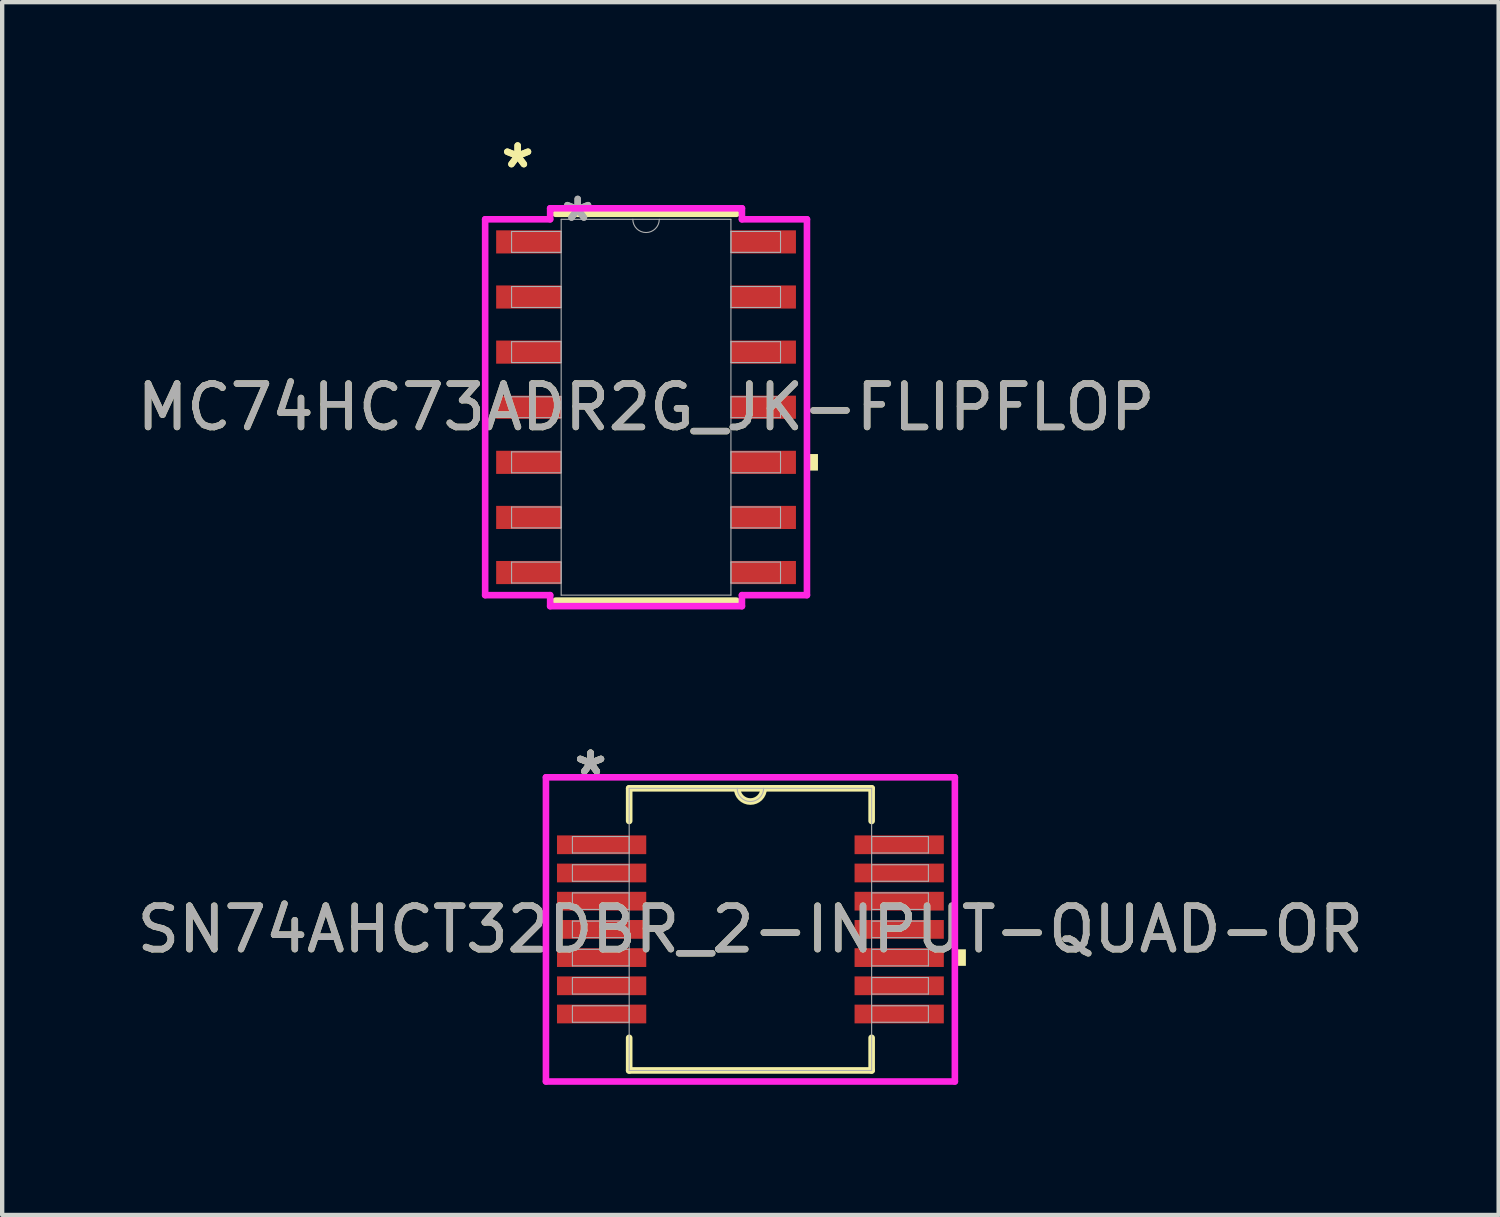
<source format=kicad_pcb>
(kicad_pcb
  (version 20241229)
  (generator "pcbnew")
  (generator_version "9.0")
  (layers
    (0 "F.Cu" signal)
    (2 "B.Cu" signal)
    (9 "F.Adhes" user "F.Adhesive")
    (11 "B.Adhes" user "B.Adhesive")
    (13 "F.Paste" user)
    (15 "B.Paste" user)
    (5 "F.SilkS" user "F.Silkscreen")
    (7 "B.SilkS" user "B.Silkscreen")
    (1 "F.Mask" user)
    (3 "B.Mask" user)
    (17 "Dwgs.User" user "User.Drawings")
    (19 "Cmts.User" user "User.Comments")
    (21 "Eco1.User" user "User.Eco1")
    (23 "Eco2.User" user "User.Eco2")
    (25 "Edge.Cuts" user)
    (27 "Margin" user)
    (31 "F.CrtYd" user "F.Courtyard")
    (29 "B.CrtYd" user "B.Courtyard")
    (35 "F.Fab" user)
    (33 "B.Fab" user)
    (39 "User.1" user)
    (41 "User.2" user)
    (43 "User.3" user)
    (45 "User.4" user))
  (footprint "SN74AHCT32DBR_2-INPUT-QUAD-OR"
    (layer "F.Cu")
    (at 14.244 18.369)
    (property "Reference" "SN74AHCT32DBR_2-INPUT-QUAD-OR" (at 0 0 0) (unlocked yes) (layer "F.SilkS") (effects (font (size 1 1) (thickness 0.15))))
    (attr smd)
    (fp_line (start -2.794 -3.251) (end -2.794 -2.499) (stroke (width 0.152) (type solid)) (layer "F.SilkS"))
    (fp_line (start -2.794 2.499) (end -2.794 3.251) (stroke (width 0.152) (type solid)) (layer "F.SilkS"))
    (fp_line (start -2.794 3.251) (end 2.794 3.251) (stroke (width 0.152) (type solid)) (layer "F.SilkS"))
    (fp_line (start 2.794 -3.251) (end -2.794 -3.251) (stroke (width 0.152) (type solid)) (layer "F.SilkS"))
    (fp_line (start 2.794 -2.499) (end 2.794 -3.251) (stroke (width 0.152) (type solid)) (layer "F.SilkS"))
    (fp_line (start 2.794 3.251) (end 2.794 2.499) (stroke (width 0.152) (type solid)) (layer "F.SilkS"))
    (fp_arc (start 0.3048 -3.2512) (mid 0 -2.9464) (end -0.3048 -3.2512) (stroke (width 0.1524) (type solid)) (layer "F.SilkS"))
    (fp_poly (pts (xy 4.966 0.459) (xy 4.966 0.84) (xy 4.712 0.84) (xy 4.712 0.459)) (stroke (width 0) (type solid)) (fill yes) (layer "F.SilkS"))
    (fp_line (start -4.712 -3.505) (end 4.712 -3.505) (stroke (width 0.152) (type solid)) (layer "F.CrtYd"))
    (fp_line (start -4.712 3.505) (end -4.712 -3.505) (stroke (width 0.152) (type solid)) (layer "F.CrtYd"))
    (fp_line (start 4.712 -3.505) (end 4.712 3.505) (stroke (width 0.152) (type solid)) (layer "F.CrtYd"))
    (fp_line (start 4.712 3.505) (end -4.712 3.505) (stroke (width 0.152) (type solid)) (layer "F.CrtYd"))
    (fp_line (start -4.102 -2.14) (end -4.102 -1.76) (stroke (width 0.025) (type solid)) (layer "F.Fab"))
    (fp_line (start -4.102 -1.76) (end -2.794 -1.76) (stroke (width 0.025) (type solid)) (layer "F.Fab"))
    (fp_line (start -4.102 -1.49) (end -4.102 -1.109) (stroke (width 0.025) (type solid)) (layer "F.Fab"))
    (fp_line (start -4.102 -1.109) (end -2.794 -1.109) (stroke (width 0.025) (type solid)) (layer "F.Fab"))
    (fp_line (start -4.102 -0.841) (end -4.102 -0.46) (stroke (width 0.025) (type solid)) (layer "F.Fab"))
    (fp_line (start -4.102 -0.46) (end -2.794 -0.46) (stroke (width 0.025) (type solid)) (layer "F.Fab"))
    (fp_line (start -4.102 -0.191) (end -4.102 0.191) (stroke (width 0.025) (type solid)) (layer "F.Fab"))
    (fp_line (start -4.102 0.191) (end -2.794 0.191) (stroke (width 0.025) (type solid)) (layer "F.Fab"))
    (fp_line (start -4.102 0.46) (end -4.102 0.841) (stroke (width 0.025) (type solid)) (layer "F.Fab"))
    (fp_line (start -4.102 0.841) (end -2.794 0.841) (stroke (width 0.025) (type solid)) (layer "F.Fab"))
    (fp_line (start -4.102 1.109) (end -4.102 1.49) (stroke (width 0.025) (type solid)) (layer "F.Fab"))
    (fp_line (start -4.102 1.49) (end -2.794 1.49) (stroke (width 0.025) (type solid)) (layer "F.Fab"))
    (fp_line (start -4.102 1.76) (end -4.102 2.14) (stroke (width 0.025) (type solid)) (layer "F.Fab"))
    (fp_line (start -4.102 2.14) (end -2.794 2.14) (stroke (width 0.025) (type solid)) (layer "F.Fab"))
    (fp_line (start -2.794 -3.251) (end -2.794 3.251) (stroke (width 0.025) (type solid)) (layer "F.Fab"))
    (fp_line (start -2.794 -2.14) (end -4.102 -2.14) (stroke (width 0.025) (type solid)) (layer "F.Fab"))
    (fp_line (start -2.794 -1.76) (end -2.794 -2.14) (stroke (width 0.025) (type solid)) (layer "F.Fab"))
    (fp_line (start -2.794 -1.49) (end -4.102 -1.49) (stroke (width 0.025) (type solid)) (layer "F.Fab"))
    (fp_line (start -2.794 -1.109) (end -2.794 -1.49) (stroke (width 0.025) (type solid)) (layer "F.Fab"))
    (fp_line (start -2.794 -0.841) (end -4.102 -0.841) (stroke (width 0.025) (type solid)) (layer "F.Fab"))
    (fp_line (start -2.794 -0.46) (end -2.794 -0.841) (stroke (width 0.025) (type solid)) (layer "F.Fab"))
    (fp_line (start -2.794 -0.191) (end -4.102 -0.191) (stroke (width 0.025) (type solid)) (layer "F.Fab"))
    (fp_line (start -2.794 0.191) (end -2.794 -0.191) (stroke (width 0.025) (type solid)) (layer "F.Fab"))
    (fp_line (start -2.794 0.46) (end -4.102 0.46) (stroke (width 0.025) (type solid)) (layer "F.Fab"))
    (fp_line (start -2.794 0.841) (end -2.794 0.46) (stroke (width 0.025) (type solid)) (layer "F.Fab"))
    (fp_line (start -2.794 1.109) (end -4.102 1.109) (stroke (width 0.025) (type solid)) (layer "F.Fab"))
    (fp_line (start -2.794 1.49) (end -2.794 1.109) (stroke (width 0.025) (type solid)) (layer "F.Fab"))
    (fp_line (start -2.794 1.76) (end -4.102 1.76) (stroke (width 0.025) (type solid)) (layer "F.Fab"))
    (fp_line (start -2.794 2.14) (end -2.794 1.76) (stroke (width 0.025) (type solid)) (layer "F.Fab"))
    (fp_line (start -2.794 3.251) (end 2.794 3.251) (stroke (width 0.025) (type solid)) (layer "F.Fab"))
    (fp_line (start 2.794 -3.251) (end -2.794 -3.251) (stroke (width 0.025) (type solid)) (layer "F.Fab"))
    (fp_line (start 2.794 -2.14) (end 2.794 -1.76) (stroke (width 0.025) (type solid)) (layer "F.Fab"))
    (fp_line (start 2.794 -1.76) (end 4.102 -1.76) (stroke (width 0.025) (type solid)) (layer "F.Fab"))
    (fp_line (start 2.794 -1.49) (end 2.794 -1.109) (stroke (width 0.025) (type solid)) (layer "F.Fab"))
    (fp_line (start 2.794 -1.109) (end 4.102 -1.109) (stroke (width 0.025) (type solid)) (layer "F.Fab"))
    (fp_line (start 2.794 -0.841) (end 2.794 -0.46) (stroke (width 0.025) (type solid)) (layer "F.Fab"))
    (fp_line (start 2.794 -0.46) (end 4.102 -0.46) (stroke (width 0.025) (type solid)) (layer "F.Fab"))
    (fp_line (start 2.794 -0.191) (end 2.794 0.191) (stroke (width 0.025) (type solid)) (layer "F.Fab"))
    (fp_line (start 2.794 0.191) (end 4.102 0.191) (stroke (width 0.025) (type solid)) (layer "F.Fab"))
    (fp_line (start 2.794 0.46) (end 2.794 0.841) (stroke (width 0.025) (type solid)) (layer "F.Fab"))
    (fp_line (start 2.794 0.841) (end 4.102 0.841) (stroke (width 0.025) (type solid)) (layer "F.Fab"))
    (fp_line (start 2.794 1.109) (end 2.794 1.49) (stroke (width 0.025) (type solid)) (layer "F.Fab"))
    (fp_line (start 2.794 1.49) (end 4.102 1.49) (stroke (width 0.025) (type solid)) (layer "F.Fab"))
    (fp_line (start 2.794 1.76) (end 2.794 2.14) (stroke (width 0.025) (type solid)) (layer "F.Fab"))
    (fp_line (start 2.794 2.14) (end 4.102 2.14) (stroke (width 0.025) (type solid)) (layer "F.Fab"))
    (fp_line (start 2.794 3.251) (end 2.794 -3.251) (stroke (width 0.025) (type solid)) (layer "F.Fab"))
    (fp_line (start 4.102 -2.14) (end 2.794 -2.14) (stroke (width 0.025) (type solid)) (layer "F.Fab"))
    (fp_line (start 4.102 -1.76) (end 4.102 -2.14) (stroke (width 0.025) (type solid)) (layer "F.Fab"))
    (fp_line (start 4.102 -1.49) (end 2.794 -1.49) (stroke (width 0.025) (type solid)) (layer "F.Fab"))
    (fp_line (start 4.102 -1.109) (end 4.102 -1.49) (stroke (width 0.025) (type solid)) (layer "F.Fab"))
    (fp_line (start 4.102 -0.841) (end 2.794 -0.841) (stroke (width 0.025) (type solid)) (layer "F.Fab"))
    (fp_line (start 4.102 -0.46) (end 4.102 -0.841) (stroke (width 0.025) (type solid)) (layer "F.Fab"))
    (fp_line (start 4.102 -0.191) (end 2.794 -0.191) (stroke (width 0.025) (type solid)) (layer "F.Fab"))
    (fp_line (start 4.102 0.191) (end 4.102 -0.191) (stroke (width 0.025) (type solid)) (layer "F.Fab"))
    (fp_line (start 4.102 0.46) (end 2.794 0.46) (stroke (width 0.025) (type solid)) (layer "F.Fab"))
    (fp_line (start 4.102 0.841) (end 4.102 0.46) (stroke (width 0.025) (type solid)) (layer "F.Fab"))
    (fp_line (start 4.102 1.109) (end 2.794 1.109) (stroke (width 0.025) (type solid)) (layer "F.Fab"))
    (fp_line (start 4.102 1.49) (end 4.102 1.109) (stroke (width 0.025) (type solid)) (layer "F.Fab"))
    (fp_line (start 4.102 1.76) (end 2.794 1.76) (stroke (width 0.025) (type solid)) (layer "F.Fab"))
    (fp_line (start 4.102 2.14) (end 4.102 1.76) (stroke (width 0.025) (type solid)) (layer "F.Fab"))
    (fp_arc (start 0.3048 -3.2512) (mid 0 -2.9464) (end -0.3048 -3.2512) (stroke (width 0.0254) (type solid)) (layer "F.Fab"))
    (fp_text user "*" (at -3.683 -3.525 0) (unlocked yes) (layer "F.SilkS") (effects (font (size 1 1) (thickness 0.15))))
    (fp_text user "*" (at -3.683 -3.525 0) (layer "F.SilkS") (effects (font (size 1 1) (thickness 0.15))))
    (fp_text user "*" (at -3.683 -3.525 0) (layer "F.Fab") (effects (font (size 1 1) (thickness 0.15))))
    (fp_text user "${REFERENCE}" (at 0 0 0) (unlocked yes) (layer "F.Fab") (effects (font (size 1 1) (thickness 0.15))))
    (fp_text user "*" (at -3.683 -3.525 0) (unlocked yes) (layer "F.Fab") (effects (font (size 1 1) (thickness 0.15))))
    (pad "1" smd rect (at -3.429 -1.95) (size 2.057 0.432) (layers "F.Cu" "F.Mask" "F.Paste"))
    (pad "2" smd rect (at -3.429 -1.3) (size 2.057 0.432) (layers "F.Cu" "F.Mask" "F.Paste"))
    (pad "3" smd rect (at -3.429 -0.65) (size 2.057 0.432) (layers "F.Cu" "F.Mask" "F.Paste"))
    (pad "4" smd rect (at -3.429 0) (size 2.057 0.432) (layers "F.Cu" "F.Mask" "F.Paste"))
    (pad "5" smd rect (at -3.429 0.65) (size 2.057 0.432) (layers "F.Cu" "F.Mask" "F.Paste"))
    (pad "6" smd rect (at -3.429 1.3) (size 2.057 0.432) (layers "F.Cu" "F.Mask" "F.Paste"))
    (pad "7" smd rect (at -3.429 1.95) (size 2.057 0.432) (layers "F.Cu" "F.Mask" "F.Paste"))
    (pad "8" smd rect (at 3.429 1.95) (size 2.057 0.432) (layers "F.Cu" "F.Mask" "F.Paste"))
    (pad "9" smd rect (at 3.429 1.3) (size 2.057 0.432) (layers "F.Cu" "F.Mask" "F.Paste"))
    (pad "10" smd rect (at 3.429 0.65) (size 2.057 0.432) (layers "F.Cu" "F.Mask" "F.Paste"))
    (pad "11" smd rect (at 3.429 0) (size 2.057 0.432) (layers "F.Cu" "F.Mask" "F.Paste"))
    (pad "12" smd rect (at 3.429 -0.65) (size 2.057 0.432) (layers "F.Cu" "F.Mask" "F.Paste"))
    (pad "13" smd rect (at 3.429 -1.3) (size 2.057 0.432) (layers "F.Cu" "F.Mask" "F.Paste"))
    (pad "14" smd rect (at 3.429 -1.95) (size 2.057 0.432) (layers "F.Cu" "F.Mask" "F.Paste")))
  (footprint "MC74HC73ADR2G_JK-FLIPFLOP"
    (layer "F.Cu")
    (at 11.839 6.335)
    (property "Reference" "MC74HC73ADR2G_JK-FLIPFLOP" (at 0 0 0) (unlocked yes) (layer "F.SilkS") (effects (font (size 1 1) (thickness 0.15))))
    (attr smd)
    (fp_line (start -2.083 4.458) (end 2.083 4.458) (stroke (width 0.152) (type solid)) (layer "F.SilkS"))
    (fp_line (start 2.083 -4.458) (end -2.083 -4.458) (stroke (width 0.152) (type solid)) (layer "F.SilkS"))
    (fp_poly (pts (xy 3.962 1.079) (xy 3.962 1.46) (xy 3.708 1.46) (xy 3.708 1.079)) (stroke (width 0) (type solid)) (fill yes) (layer "F.SilkS"))
    (fp_line (start -3.708 -4.331) (end -2.21 -4.331) (stroke (width 0.152) (type solid)) (layer "F.CrtYd"))
    (fp_line (start -3.708 4.331) (end -3.708 -4.331) (stroke (width 0.152) (type solid)) (layer "F.CrtYd"))
    (fp_line (start -3.708 4.331) (end -2.21 4.331) (stroke (width 0.152) (type solid)) (layer "F.CrtYd"))
    (fp_line (start -2.21 -4.585) (end 2.21 -4.585) (stroke (width 0.152) (type solid)) (layer "F.CrtYd"))
    (fp_line (start -2.21 -4.331) (end -2.21 -4.585) (stroke (width 0.152) (type solid)) (layer "F.CrtYd"))
    (fp_line (start -2.21 4.585) (end -2.21 4.331) (stroke (width 0.152) (type solid)) (layer "F.CrtYd"))
    (fp_line (start 2.21 -4.585) (end 2.21 -4.331) (stroke (width 0.152) (type solid)) (layer "F.CrtYd"))
    (fp_line (start 2.21 4.331) (end 2.21 4.585) (stroke (width 0.152) (type solid)) (layer "F.CrtYd"))
    (fp_line (start 2.21 4.585) (end -2.21 4.585) (stroke (width 0.152) (type solid)) (layer "F.CrtYd"))
    (fp_line (start 3.708 -4.331) (end 2.21 -4.331) (stroke (width 0.152) (type solid)) (layer "F.CrtYd"))
    (fp_line (start 3.708 -4.331) (end 3.708 4.331) (stroke (width 0.152) (type solid)) (layer "F.CrtYd"))
    (fp_line (start 3.708 4.331) (end 2.21 4.331) (stroke (width 0.152) (type solid)) (layer "F.CrtYd"))
    (fp_line (start -3.099 -4.051) (end -3.099 -3.569) (stroke (width 0.025) (type solid)) (layer "F.Fab"))
    (fp_line (start -3.099 -3.569) (end -1.956 -3.569) (stroke (width 0.025) (type solid)) (layer "F.Fab"))
    (fp_line (start -3.099 -2.781) (end -3.099 -2.299) (stroke (width 0.025) (type solid)) (layer "F.Fab"))
    (fp_line (start -3.099 -2.299) (end -1.956 -2.299) (stroke (width 0.025) (type solid)) (layer "F.Fab"))
    (fp_line (start -3.099 -1.511) (end -3.099 -1.029) (stroke (width 0.025) (type solid)) (layer "F.Fab"))
    (fp_line (start -3.099 -1.029) (end -1.956 -1.029) (stroke (width 0.025) (type solid)) (layer "F.Fab"))
    (fp_line (start -3.099 -0.241) (end -3.099 0.241) (stroke (width 0.025) (type solid)) (layer "F.Fab"))
    (fp_line (start -3.099 0.241) (end -1.956 0.241) (stroke (width 0.025) (type solid)) (layer "F.Fab"))
    (fp_line (start -3.099 1.029) (end -3.099 1.511) (stroke (width 0.025) (type solid)) (layer "F.Fab"))
    (fp_line (start -3.099 1.511) (end -1.956 1.511) (stroke (width 0.025) (type solid)) (layer "F.Fab"))
    (fp_line (start -3.099 2.299) (end -3.099 2.781) (stroke (width 0.025) (type solid)) (layer "F.Fab"))
    (fp_line (start -3.099 2.781) (end -1.956 2.781) (stroke (width 0.025) (type solid)) (layer "F.Fab"))
    (fp_line (start -3.099 3.569) (end -3.099 4.051) (stroke (width 0.025) (type solid)) (layer "F.Fab"))
    (fp_line (start -3.099 4.051) (end -1.956 4.051) (stroke (width 0.025) (type solid)) (layer "F.Fab"))
    (fp_line (start -1.956 -4.331) (end -1.956 4.331) (stroke (width 0.025) (type solid)) (layer "F.Fab"))
    (fp_line (start -1.956 -4.051) (end -3.099 -4.051) (stroke (width 0.025) (type solid)) (layer "F.Fab"))
    (fp_line (start -1.956 -3.569) (end -1.956 -4.051) (stroke (width 0.025) (type solid)) (layer "F.Fab"))
    (fp_line (start -1.956 -2.781) (end -3.099 -2.781) (stroke (width 0.025) (type solid)) (layer "F.Fab"))
    (fp_line (start -1.956 -2.299) (end -1.956 -2.781) (stroke (width 0.025) (type solid)) (layer "F.Fab"))
    (fp_line (start -1.956 -1.511) (end -3.099 -1.511) (stroke (width 0.025) (type solid)) (layer "F.Fab"))
    (fp_line (start -1.956 -1.029) (end -1.956 -1.511) (stroke (width 0.025) (type solid)) (layer "F.Fab"))
    (fp_line (start -1.956 -0.241) (end -3.099 -0.241) (stroke (width 0.025) (type solid)) (layer "F.Fab"))
    (fp_line (start -1.956 0.241) (end -1.956 -0.241) (stroke (width 0.025) (type solid)) (layer "F.Fab"))
    (fp_line (start -1.956 1.029) (end -3.099 1.029) (stroke (width 0.025) (type solid)) (layer "F.Fab"))
    (fp_line (start -1.956 1.511) (end -1.956 1.029) (stroke (width 0.025) (type solid)) (layer "F.Fab"))
    (fp_line (start -1.956 2.299) (end -3.099 2.299) (stroke (width 0.025) (type solid)) (layer "F.Fab"))
    (fp_line (start -1.956 2.781) (end -1.956 2.299) (stroke (width 0.025) (type solid)) (layer "F.Fab"))
    (fp_line (start -1.956 3.569) (end -3.099 3.569) (stroke (width 0.025) (type solid)) (layer "F.Fab"))
    (fp_line (start -1.956 4.051) (end -1.956 3.569) (stroke (width 0.025) (type solid)) (layer "F.Fab"))
    (fp_line (start -1.956 4.331) (end 1.956 4.331) (stroke (width 0.025) (type solid)) (layer "F.Fab"))
    (fp_line (start 1.956 -4.331) (end -1.956 -4.331) (stroke (width 0.025) (type solid)) (layer "F.Fab"))
    (fp_line (start 1.956 -4.051) (end 1.956 -3.569) (stroke (width 0.025) (type solid)) (layer "F.Fab"))
    (fp_line (start 1.956 -3.569) (end 3.099 -3.569) (stroke (width 0.025) (type solid)) (layer "F.Fab"))
    (fp_line (start 1.956 -2.781) (end 1.956 -2.299) (stroke (width 0.025) (type solid)) (layer "F.Fab"))
    (fp_line (start 1.956 -2.299) (end 3.099 -2.299) (stroke (width 0.025) (type solid)) (layer "F.Fab"))
    (fp_line (start 1.956 -1.511) (end 1.956 -1.029) (stroke (width 0.025) (type solid)) (layer "F.Fab"))
    (fp_line (start 1.956 -1.029) (end 3.099 -1.029) (stroke (width 0.025) (type solid)) (layer "F.Fab"))
    (fp_line (start 1.956 -0.241) (end 1.956 0.241) (stroke (width 0.025) (type solid)) (layer "F.Fab"))
    (fp_line (start 1.956 0.241) (end 3.099 0.241) (stroke (width 0.025) (type solid)) (layer "F.Fab"))
    (fp_line (start 1.956 1.029) (end 1.956 1.511) (stroke (width 0.025) (type solid)) (layer "F.Fab"))
    (fp_line (start 1.956 1.511) (end 3.099 1.511) (stroke (width 0.025) (type solid)) (layer "F.Fab"))
    (fp_line (start 1.956 2.299) (end 1.956 2.781) (stroke (width 0.025) (type solid)) (layer "F.Fab"))
    (fp_line (start 1.956 2.781) (end 3.099 2.781) (stroke (width 0.025) (type solid)) (layer "F.Fab"))
    (fp_line (start 1.956 3.569) (end 1.956 4.051) (stroke (width 0.025) (type solid)) (layer "F.Fab"))
    (fp_line (start 1.956 4.051) (end 3.099 4.051) (stroke (width 0.025) (type solid)) (layer "F.Fab"))
    (fp_line (start 1.956 4.331) (end 1.956 -4.331) (stroke (width 0.025) (type solid)) (layer "F.Fab"))
    (fp_line (start 3.099 -4.051) (end 1.956 -4.051) (stroke (width 0.025) (type solid)) (layer "F.Fab"))
    (fp_line (start 3.099 -3.569) (end 3.099 -4.051) (stroke (width 0.025) (type solid)) (layer "F.Fab"))
    (fp_line (start 3.099 -2.781) (end 1.956 -2.781) (stroke (width 0.025) (type solid)) (layer "F.Fab"))
    (fp_line (start 3.099 -2.299) (end 3.099 -2.781) (stroke (width 0.025) (type solid)) (layer "F.Fab"))
    (fp_line (start 3.099 -1.511) (end 1.956 -1.511) (stroke (width 0.025) (type solid)) (layer "F.Fab"))
    (fp_line (start 3.099 -1.029) (end 3.099 -1.511) (stroke (width 0.025) (type solid)) (layer "F.Fab"))
    (fp_line (start 3.099 -0.241) (end 1.956 -0.241) (stroke (width 0.025) (type solid)) (layer "F.Fab"))
    (fp_line (start 3.099 0.241) (end 3.099 -0.241) (stroke (width 0.025) (type solid)) (layer "F.Fab"))
    (fp_line (start 3.099 1.029) (end 1.956 1.029) (stroke (width 0.025) (type solid)) (layer "F.Fab"))
    (fp_line (start 3.099 1.511) (end 3.099 1.029) (stroke (width 0.025) (type solid)) (layer "F.Fab"))
    (fp_line (start 3.099 2.299) (end 1.956 2.299) (stroke (width 0.025) (type solid)) (layer "F.Fab"))
    (fp_line (start 3.099 2.781) (end 3.099 2.299) (stroke (width 0.025) (type solid)) (layer "F.Fab"))
    (fp_line (start 3.099 3.569) (end 1.956 3.569) (stroke (width 0.025) (type solid)) (layer "F.Fab"))
    (fp_line (start 3.099 4.051) (end 3.099 3.569) (stroke (width 0.025) (type solid)) (layer "F.Fab"))
    (fp_arc (start 0.3048 -4.3307) (mid 0 -4.0259) (end -0.3048 -4.3307) (stroke (width 0.0254) (type solid)) (layer "F.Fab"))
    (fp_text user "*" (at -2.959 -5.486 0) (unlocked yes) (layer "F.SilkS") (effects (font (size 1 1) (thickness 0.15))))
    (fp_text user "*" (at -2.959 -5.486 0) (layer "F.SilkS") (effects (font (size 1 1) (thickness 0.15))))
    (fp_text user "*" (at -1.575 -4.255 0) (layer "F.Fab") (effects (font (size 1 1) (thickness 0.15))))
    (fp_text user "*" (at -1.575 -4.255 0) (unlocked yes) (layer "F.Fab") (effects (font (size 1 1) (thickness 0.15))))
    (fp_text user "${REFERENCE}" (at 0 0 0) (unlocked yes) (layer "F.Fab") (effects (font (size 1 1) (thickness 0.15))))
    (pad "1" smd rect (at -2.705 -3.81) (size 1.499 0.533) (layers "F.Cu" "F.Mask" "F.Paste"))
    (pad "2" smd rect (at -2.705 -2.54) (size 1.499 0.533) (layers "F.Cu" "F.Mask" "F.Paste"))
    (pad "3" smd rect (at -2.705 -1.27) (size 1.499 0.533) (layers "F.Cu" "F.Mask" "F.Paste"))
    (pad "4" smd rect (at -2.705 0) (size 1.499 0.533) (layers "F.Cu" "F.Mask" "F.Paste"))
    (pad "5" smd rect (at -2.705 1.27) (size 1.499 0.533) (layers "F.Cu" "F.Mask" "F.Paste"))
    (pad "6" smd rect (at -2.705 2.54) (size 1.499 0.533) (layers "F.Cu" "F.Mask" "F.Paste"))
    (pad "7" smd rect (at -2.705 3.81) (size 1.499 0.533) (layers "F.Cu" "F.Mask" "F.Paste"))
    (pad "8" smd rect (at 2.705 3.81) (size 1.499 0.533) (layers "F.Cu" "F.Mask" "F.Paste"))
    (pad "9" smd rect (at 2.705 2.54) (size 1.499 0.533) (layers "F.Cu" "F.Mask" "F.Paste"))
    (pad "10" smd rect (at 2.705 1.27) (size 1.499 0.533) (layers "F.Cu" "F.Mask" "F.Paste"))
    (pad "11" smd rect (at 2.705 0) (size 1.499 0.533) (layers "F.Cu" "F.Mask" "F.Paste"))
    (pad "12" smd rect (at 2.705 -1.27) (size 1.499 0.533) (layers "F.Cu" "F.Mask" "F.Paste"))
    (pad "13" smd rect (at 2.705 -2.54) (size 1.499 0.533) (layers "F.Cu" "F.Mask" "F.Paste"))
    (pad "14" smd rect (at 2.705 -3.81) (size 1.499 0.533) (layers "F.Cu" "F.Mask" "F.Paste")))
  (gr_rect
    (start -3 -3)
    (end 31.488 24.95)
    (stroke (width 0.1) (type default))
    (fill no)
    (layer "Edge.Cuts")))
</source>
